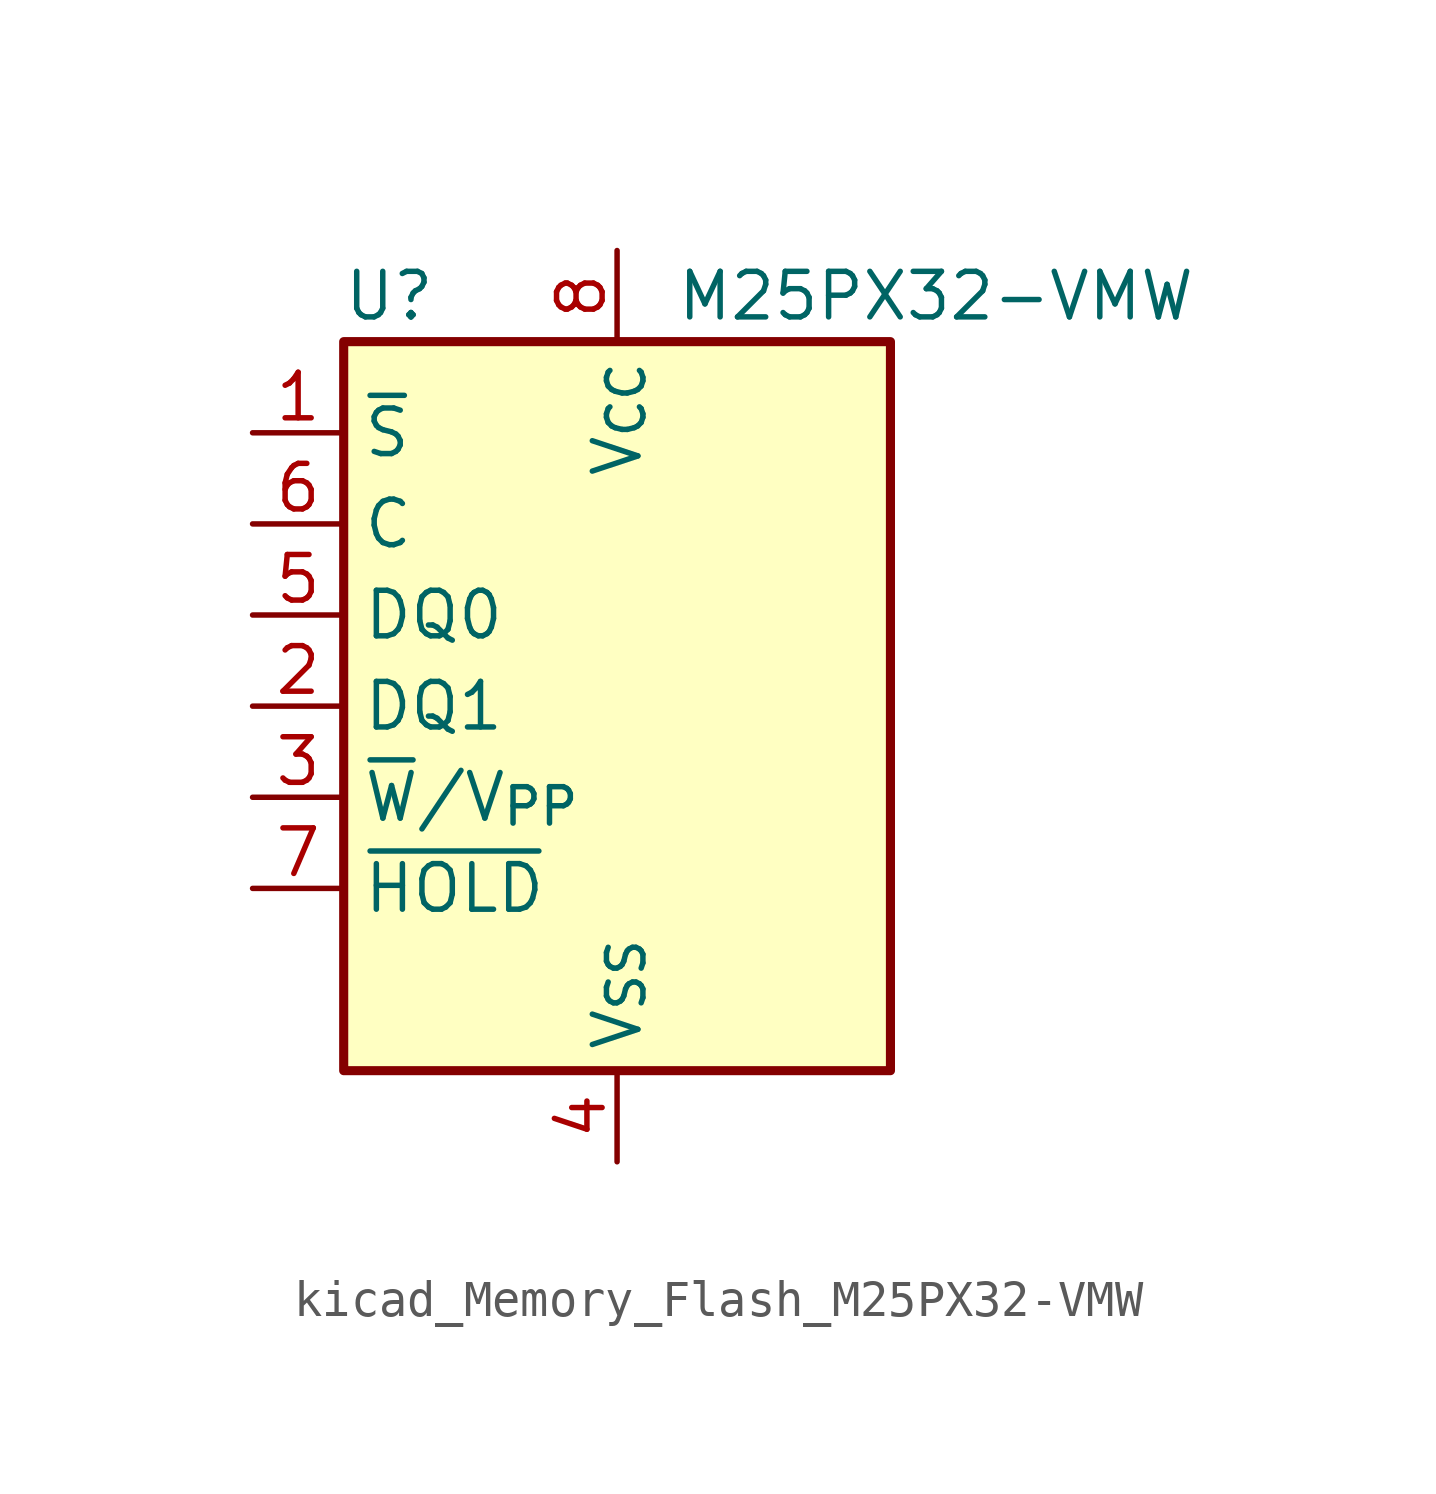
<source format=kicad_sym>
(kicad_symbol_lib
  (version 20220914)
  (generator kicad_symbol_editor)
  (symbol "kicad_Memory_Flash_M25PX32-VMW"
    (property "Reference" "U"
      (at -6.35 11.43 0)
      (effects (font (size 1.27 1.27))))
    (property "Value" "M25PX32-VMW"
      (at 8.89 11.43 0)
      (effects (font (size 1.27 1.27))))
    (symbol "kicad_Memory_Flash_M25PX32-VMW_0_1"
      (rectangle (start -7.62 10.16) (end 7.62 -10.16) (stroke (width 0.254) (type default)) (fill (type background))))
    (symbol "kicad_Memory_Flash_M25PX32-VMW_1_1"
      (pin input line (at -10.16 7.62 0) (length 2.54) (name "~{S}" (effects (font (size 1.27 1.27)))) (number "1" (effects (font (size 1.27 1.27)))))
      (pin bidirectional line (at -10.16 0 0) (length 2.54) (name "DQ1" (effects (font (size 1.27 1.27)))) (number "2" (effects (font (size 1.27 1.27)))))
      (pin input line (at -10.16 -2.54 0) (length 2.54) (name "~{W}/V_{PP}" (effects (font (size 1.27 1.27)))) (number "3" (effects (font (size 1.27 1.27)))))
      (pin power_in line (at 0 -12.7 90) (length 2.54) (name "V_{SS}" (effects (font (size 1.27 1.27)))) (number "4" (effects (font (size 1.27 1.27)))))
      (pin bidirectional line (at -10.16 2.54 0) (length 2.54) (name "DQ0" (effects (font (size 1.27 1.27)))) (number "5" (effects (font (size 1.27 1.27)))))
      (pin input line (at -10.16 5.08 0) (length 2.54) (name "C" (effects (font (size 1.27 1.27)))) (number "6" (effects (font (size 1.27 1.27)))))
      (pin input line (at -10.16 -5.08 0) (length 2.54) (name "~{HOLD}" (effects (font (size 1.27 1.27)))) (number "7" (effects (font (size 1.27 1.27)))))
      (pin power_in line (at 0 12.7 270) (length 2.54) (name "V_{CC}" (effects (font (size 1.27 1.27)))) (number "8" (effects (font (size 1.27 1.27))))))))
</source>
